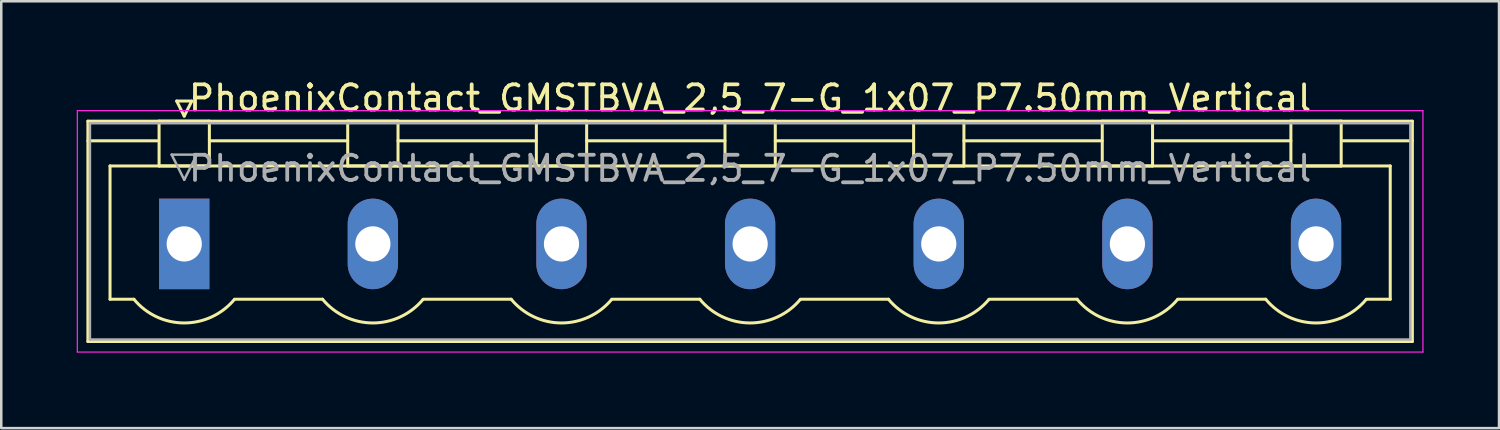
<source format=kicad_pcb>
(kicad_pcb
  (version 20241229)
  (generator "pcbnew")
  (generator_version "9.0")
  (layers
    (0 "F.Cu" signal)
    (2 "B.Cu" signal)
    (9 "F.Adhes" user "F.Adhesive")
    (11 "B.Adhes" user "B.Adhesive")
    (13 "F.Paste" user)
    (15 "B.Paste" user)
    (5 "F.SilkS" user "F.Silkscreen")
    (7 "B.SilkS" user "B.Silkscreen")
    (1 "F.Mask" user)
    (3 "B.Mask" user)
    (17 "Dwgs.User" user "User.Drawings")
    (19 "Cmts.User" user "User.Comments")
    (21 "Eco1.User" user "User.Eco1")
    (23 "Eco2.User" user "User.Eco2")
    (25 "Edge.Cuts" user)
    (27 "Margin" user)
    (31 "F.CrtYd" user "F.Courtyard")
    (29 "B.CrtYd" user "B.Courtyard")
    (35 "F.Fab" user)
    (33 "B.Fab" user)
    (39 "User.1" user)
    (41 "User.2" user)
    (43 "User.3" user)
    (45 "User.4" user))
  (footprint "PhoenixContact_GMSTBVA_2,5_7-G_1x07_P7.50mm_Vertical"
    (layer "F.Cu")
    (at 4.275 6.648)
    (property "Reference" "PhoenixContact_GMSTBVA_2,5_7-G_1x07_P7.50mm_Vertical" (at 22.5 -5.8 0) (layer "F.SilkS") (effects (font (size 1 1) (thickness 0.15))))
    (attr through_hole)
    (fp_line (start -3.83 -4.88) (end -3.83 3.88) (stroke (width 0.12) (type solid)) (layer "F.SilkS"))
    (fp_line (start -3.83 -4.1) (end -1.08 -4.1) (stroke (width 0.12) (type solid)) (layer "F.SilkS"))
    (fp_line (start -3.83 3.88) (end 48.83 3.88) (stroke (width 0.12) (type solid)) (layer "F.SilkS"))
    (fp_line (start -2.95 -3.1) (end 47.95 -3.1) (stroke (width 0.12) (type solid)) (layer "F.SilkS"))
    (fp_line (start -2.95 2.2) (end -2.95 -3.1) (stroke (width 0.12) (type solid)) (layer "F.SilkS"))
    (fp_line (start -2 2.2) (end -2.95 2.2) (stroke (width 0.12) (type solid)) (layer "F.SilkS"))
    (fp_line (start -1 -4.88) (end 1 -4.88) (stroke (width 0.12) (type solid)) (layer "F.SilkS"))
    (fp_line (start -1 -3.1) (end -1 -4.88) (stroke (width 0.12) (type solid)) (layer "F.SilkS"))
    (fp_line (start -0.3 -5.68) (end 0.3 -5.68) (stroke (width 0.12) (type solid)) (layer "F.SilkS"))
    (fp_line (start 0 -5.08) (end -0.3 -5.68) (stroke (width 0.12) (type solid)) (layer "F.SilkS"))
    (fp_line (start 0.3 -5.68) (end 0 -5.08) (stroke (width 0.12) (type solid)) (layer "F.SilkS"))
    (fp_line (start 1 -4.88) (end 1 -3.1) (stroke (width 0.12) (type solid)) (layer "F.SilkS"))
    (fp_line (start 1 -4.1) (end 6.5 -4.1) (stroke (width 0.12) (type solid)) (layer "F.SilkS"))
    (fp_line (start 1 -3.1) (end -1 -3.1) (stroke (width 0.12) (type solid)) (layer "F.SilkS"))
    (fp_line (start 2 2.2) (end 5.5 2.2) (stroke (width 0.12) (type solid)) (layer "F.SilkS"))
    (fp_line (start 6.5 -4.88) (end 8.5 -4.88) (stroke (width 0.12) (type solid)) (layer "F.SilkS"))
    (fp_line (start 6.5 -3.1) (end 6.5 -4.88) (stroke (width 0.12) (type solid)) (layer "F.SilkS"))
    (fp_line (start 8.5 -4.88) (end 8.5 -3.1) (stroke (width 0.12) (type solid)) (layer "F.SilkS"))
    (fp_line (start 8.5 -4.1) (end 14 -4.1) (stroke (width 0.12) (type solid)) (layer "F.SilkS"))
    (fp_line (start 8.5 -3.1) (end 6.5 -3.1) (stroke (width 0.12) (type solid)) (layer "F.SilkS"))
    (fp_line (start 9.5 2.2) (end 13 2.2) (stroke (width 0.12) (type solid)) (layer "F.SilkS"))
    (fp_line (start 14 -4.88) (end 16 -4.88) (stroke (width 0.12) (type solid)) (layer "F.SilkS"))
    (fp_line (start 14 -3.1) (end 14 -4.88) (stroke (width 0.12) (type solid)) (layer "F.SilkS"))
    (fp_line (start 16 -4.88) (end 16 -3.1) (stroke (width 0.12) (type solid)) (layer "F.SilkS"))
    (fp_line (start 16 -4.1) (end 21.5 -4.1) (stroke (width 0.12) (type solid)) (layer "F.SilkS"))
    (fp_line (start 16 -3.1) (end 14 -3.1) (stroke (width 0.12) (type solid)) (layer "F.SilkS"))
    (fp_line (start 17 2.2) (end 20.5 2.2) (stroke (width 0.12) (type solid)) (layer "F.SilkS"))
    (fp_line (start 21.5 -4.88) (end 23.5 -4.88) (stroke (width 0.12) (type solid)) (layer "F.SilkS"))
    (fp_line (start 21.5 -3.1) (end 21.5 -4.88) (stroke (width 0.12) (type solid)) (layer "F.SilkS"))
    (fp_line (start 23.5 -4.88) (end 23.5 -3.1) (stroke (width 0.12) (type solid)) (layer "F.SilkS"))
    (fp_line (start 23.5 -4.1) (end 29 -4.1) (stroke (width 0.12) (type solid)) (layer "F.SilkS"))
    (fp_line (start 23.5 -3.1) (end 21.5 -3.1) (stroke (width 0.12) (type solid)) (layer "F.SilkS"))
    (fp_line (start 24.5 2.2) (end 28 2.2) (stroke (width 0.12) (type solid)) (layer "F.SilkS"))
    (fp_line (start 29 -4.88) (end 31 -4.88) (stroke (width 0.12) (type solid)) (layer "F.SilkS"))
    (fp_line (start 29 -3.1) (end 29 -4.88) (stroke (width 0.12) (type solid)) (layer "F.SilkS"))
    (fp_line (start 31 -4.88) (end 31 -3.1) (stroke (width 0.12) (type solid)) (layer "F.SilkS"))
    (fp_line (start 31 -4.1) (end 36.5 -4.1) (stroke (width 0.12) (type solid)) (layer "F.SilkS"))
    (fp_line (start 31 -3.1) (end 29 -3.1) (stroke (width 0.12) (type solid)) (layer "F.SilkS"))
    (fp_line (start 32 2.2) (end 35.5 2.2) (stroke (width 0.12) (type solid)) (layer "F.SilkS"))
    (fp_line (start 36.5 -4.88) (end 38.5 -4.88) (stroke (width 0.12) (type solid)) (layer "F.SilkS"))
    (fp_line (start 36.5 -3.1) (end 36.5 -4.88) (stroke (width 0.12) (type solid)) (layer "F.SilkS"))
    (fp_line (start 38.5 -4.88) (end 38.5 -3.1) (stroke (width 0.12) (type solid)) (layer "F.SilkS"))
    (fp_line (start 38.5 -4.1) (end 44 -4.1) (stroke (width 0.12) (type solid)) (layer "F.SilkS"))
    (fp_line (start 38.5 -3.1) (end 36.5 -3.1) (stroke (width 0.12) (type solid)) (layer "F.SilkS"))
    (fp_line (start 39.5 2.2) (end 43 2.2) (stroke (width 0.12) (type solid)) (layer "F.SilkS"))
    (fp_line (start 44 -4.88) (end 46 -4.88) (stroke (width 0.12) (type solid)) (layer "F.SilkS"))
    (fp_line (start 44 -3.1) (end 44 -4.88) (stroke (width 0.12) (type solid)) (layer "F.SilkS"))
    (fp_line (start 46 -4.88) (end 46 -3.1) (stroke (width 0.12) (type solid)) (layer "F.SilkS"))
    (fp_line (start 46 -3.1) (end 44 -3.1) (stroke (width 0.12) (type solid)) (layer "F.SilkS"))
    (fp_line (start 47.95 -3.1) (end 47.95 2.2) (stroke (width 0.12) (type solid)) (layer "F.SilkS"))
    (fp_line (start 47.95 2.2) (end 47 2.2) (stroke (width 0.12) (type solid)) (layer "F.SilkS"))
    (fp_line (start 48.83 -4.88) (end -3.83 -4.88) (stroke (width 0.12) (type solid)) (layer "F.SilkS"))
    (fp_line (start 48.83 -4.1) (end 46.08 -4.1) (stroke (width 0.12) (type solid)) (layer "F.SilkS"))
    (fp_line (start 48.83 3.88) (end 48.83 -4.88) (stroke (width 0.12) (type solid)) (layer "F.SilkS"))
    (fp_arc (start 1.986842 2.215821) (mid -0.010289 3.142758) (end -2 2.2) (stroke (width 0.12) (type solid)) (layer "F.SilkS"))
    (fp_arc (start 9.486842 2.215821) (mid 7.489711 3.142758) (end 5.5 2.2) (stroke (width 0.12) (type solid)) (layer "F.SilkS"))
    (fp_arc (start 16.986842 2.215821) (mid 14.989711 3.142758) (end 13 2.2) (stroke (width 0.12) (type solid)) (layer "F.SilkS"))
    (fp_arc (start 24.486842 2.215821) (mid 22.489711 3.142758) (end 20.5 2.2) (stroke (width 0.12) (type solid)) (layer "F.SilkS"))
    (fp_arc (start 31.986842 2.215821) (mid 29.989711 3.142758) (end 28 2.2) (stroke (width 0.12) (type solid)) (layer "F.SilkS"))
    (fp_arc (start 39.486842 2.215821) (mid 37.489711 3.142758) (end 35.5 2.2) (stroke (width 0.12) (type solid)) (layer "F.SilkS"))
    (fp_arc (start 46.986842 2.215821) (mid 44.989711 3.142758) (end 43 2.2) (stroke (width 0.12) (type solid)) (layer "F.SilkS"))
    (fp_line (start -4.25 -5.3) (end -4.25 4.3) (stroke (width 0.05) (type solid)) (layer "F.CrtYd"))
    (fp_line (start -4.25 4.3) (end 49.25 4.3) (stroke (width 0.05) (type solid)) (layer "F.CrtYd"))
    (fp_line (start 49.25 -5.3) (end -4.25 -5.3) (stroke (width 0.05) (type solid)) (layer "F.CrtYd"))
    (fp_line (start 49.25 4.3) (end 49.25 -5.3) (stroke (width 0.05) (type solid)) (layer "F.CrtYd"))
    (fp_line (start -3.75 -4.8) (end -3.75 3.8) (stroke (width 0.1) (type solid)) (layer "F.Fab"))
    (fp_line (start -3.75 3.8) (end 48.75 3.8) (stroke (width 0.1) (type solid)) (layer "F.Fab"))
    (fp_line (start -0.5 -3.55) (end 0.5 -3.55) (stroke (width 0.1) (type solid)) (layer "F.Fab"))
    (fp_line (start 0 -2.55) (end -0.5 -3.55) (stroke (width 0.1) (type solid)) (layer "F.Fab"))
    (fp_line (start 0.5 -3.55) (end 0 -2.55) (stroke (width 0.1) (type solid)) (layer "F.Fab"))
    (fp_line (start 48.75 -4.8) (end -3.75 -4.8) (stroke (width 0.1) (type solid)) (layer "F.Fab"))
    (fp_line (start 48.75 3.8) (end 48.75 -4.8) (stroke (width 0.1) (type solid)) (layer "F.Fab"))
    (fp_text user "${REFERENCE}" (at 22.5 -3 0) (layer "F.Fab") (effects (font (size 1 1) (thickness 0.15))))
    (pad "1" thru_hole rect (at 0 0) (size 2 3.6) (drill 1.4) (layers "*.Cu" "*.Mask"))
    (pad "2" thru_hole oval (at 7.5 0) (size 2 3.6) (drill 1.4) (layers "*.Cu" "*.Mask"))
    (pad "3" thru_hole oval (at 15 0) (size 2 3.6) (drill 1.4) (layers "*.Cu" "*.Mask"))
    (pad "4" thru_hole oval (at 22.5 0) (size 2 3.6) (drill 1.4) (layers "*.Cu" "*.Mask"))
    (pad "5" thru_hole oval (at 30 0) (size 2 3.6) (drill 1.4) (layers "*.Cu" "*.Mask"))
    (pad "6" thru_hole oval (at 37.5 0) (size 2 3.6) (drill 1.4) (layers "*.Cu" "*.Mask"))
    (pad "7" thru_hole oval (at 45 0) (size 2 3.6) (drill 1.4) (layers "*.Cu" "*.Mask")))
  (gr_rect
    (start -3 -3)
    (end 56.55 13.973)
    (stroke (width 0.1) (type default))
    (fill no)
    (layer "Edge.Cuts")))
</source>
